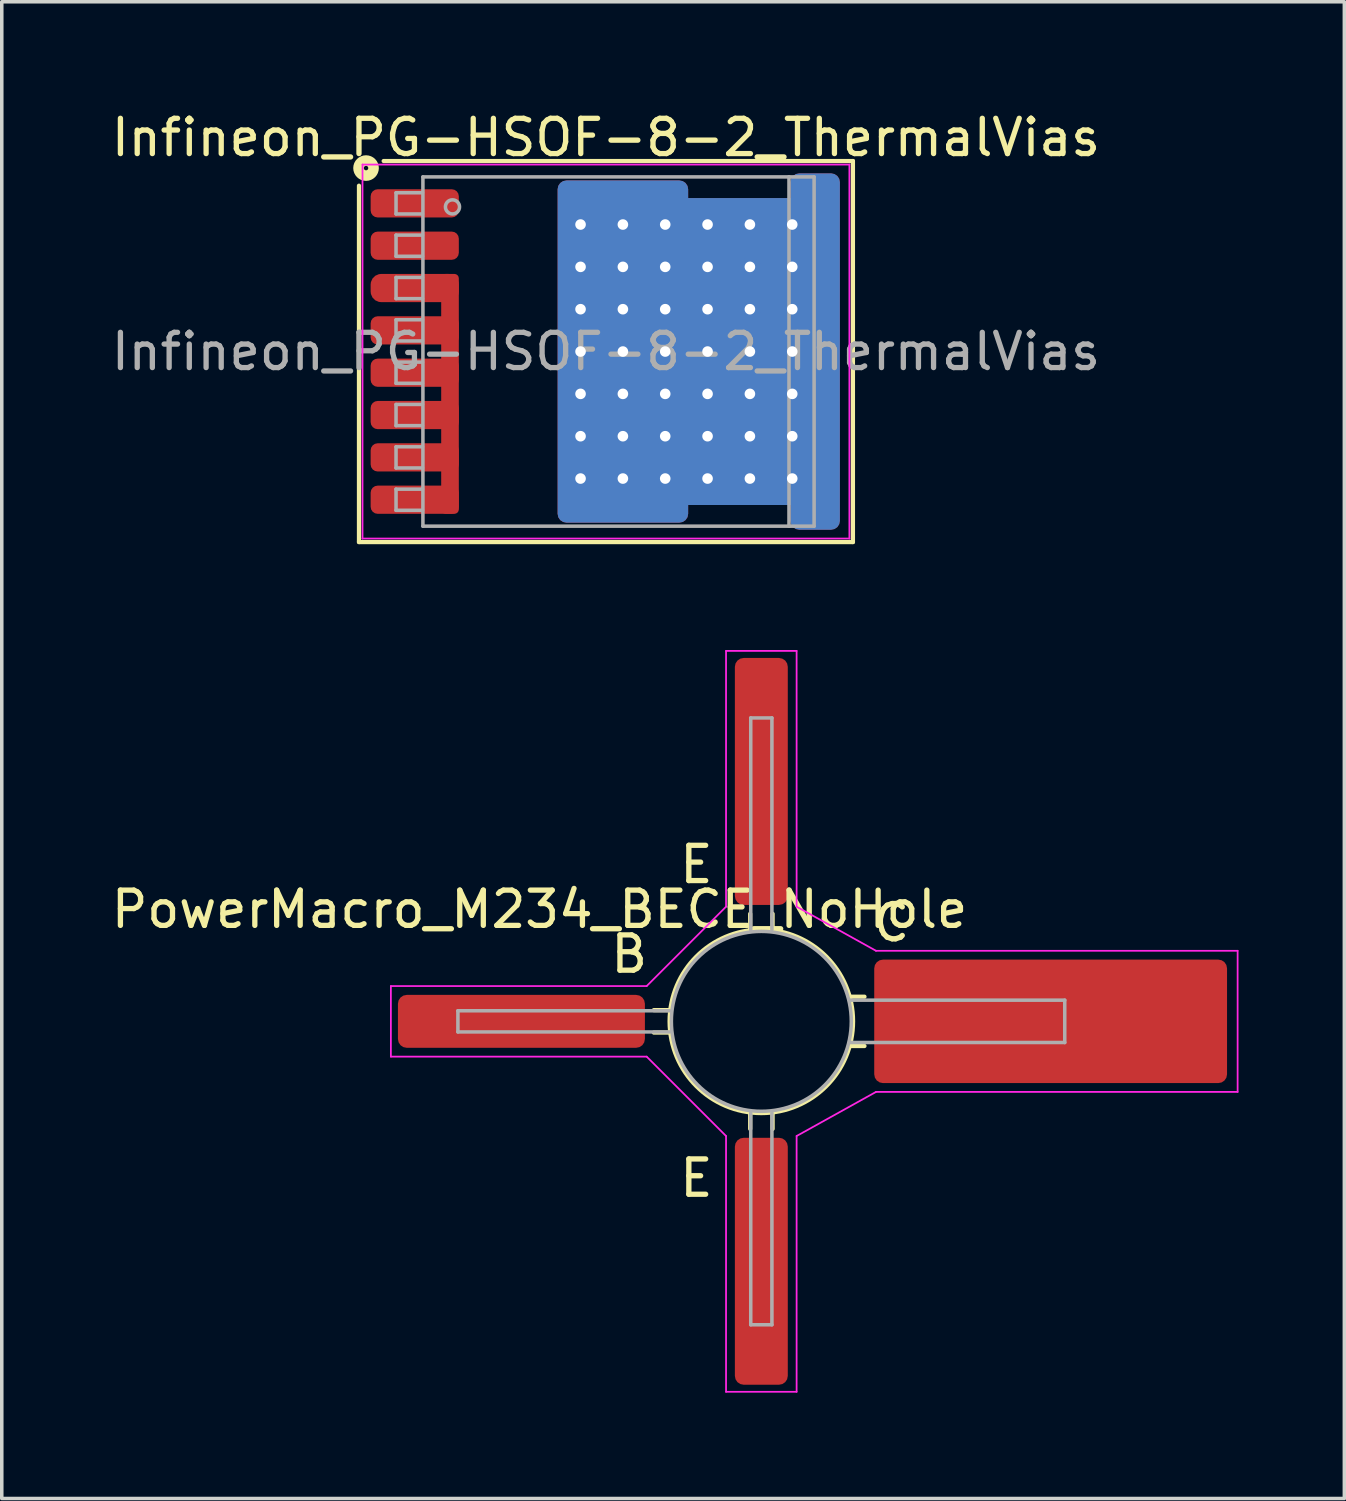
<source format=kicad_pcb>
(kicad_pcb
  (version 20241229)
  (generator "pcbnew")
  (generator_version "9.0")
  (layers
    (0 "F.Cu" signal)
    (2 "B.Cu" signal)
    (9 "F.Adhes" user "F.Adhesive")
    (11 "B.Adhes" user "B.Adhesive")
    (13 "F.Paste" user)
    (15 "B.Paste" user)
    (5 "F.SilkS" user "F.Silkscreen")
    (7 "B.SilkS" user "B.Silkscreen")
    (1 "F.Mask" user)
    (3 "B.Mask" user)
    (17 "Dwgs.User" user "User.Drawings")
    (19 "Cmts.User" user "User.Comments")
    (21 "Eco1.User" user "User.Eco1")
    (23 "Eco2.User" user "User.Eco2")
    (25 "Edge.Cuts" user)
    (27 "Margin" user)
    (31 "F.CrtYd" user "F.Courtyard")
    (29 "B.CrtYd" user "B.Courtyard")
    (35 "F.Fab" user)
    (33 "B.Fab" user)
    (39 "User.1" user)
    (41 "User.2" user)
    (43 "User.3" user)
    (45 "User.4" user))
  (footprint "Infineon_PG-HSOF-8-2_ThermalVias"
    (layer "F.Cu")
    (at 14.125 6.914)
    (property "Reference" "Infineon_PG-HSOF-8-2_ThermalVias" (at 0 -6.066 0) (layer "F.SilkS") (effects (font (size 1 1) (thickness 0.15))))
    (attr smd)
    (fp_line (start -7 -4.7) (end -7 5.4) (stroke (width 0.12) (type solid)) (layer "F.SilkS"))
    (fp_line (start -7 5.4) (end 7 5.4) (stroke (width 0.12) (type solid)) (layer "F.SilkS"))
    (fp_line (start 7 -5.4) (end -6.3 -5.4) (stroke (width 0.12) (type solid)) (layer "F.SilkS"))
    (fp_line (start 7 5.4) (end 7 -5.4) (stroke (width 0.12) (type solid)) (layer "F.SilkS"))
    (fp_circle (center -6.8 -5.2) (end -6.737 -5.2) (stroke (width 0.3) (type solid)) (fill no) (layer "F.SilkS"))
    (fp_line (start -6.9 5.3) (end -6.9 -5.3) (stroke (width 0.05) (type solid)) (layer "F.CrtYd"))
    (fp_line (start -6.9 5.3) (end 6.9 5.3) (stroke (width 0.05) (type solid)) (layer "F.CrtYd"))
    (fp_line (start 6.9 -5.3) (end -6.9 -5.3) (stroke (width 0.05) (type solid)) (layer "F.CrtYd"))
    (fp_line (start 6.9 -5.3) (end 6.9 5.3) (stroke (width 0.05) (type solid)) (layer "F.CrtYd"))
    (fp_line (start -5.95 -4.5) (end -5.95 -3.9) (stroke (width 0.1) (type solid)) (layer "F.Fab"))
    (fp_line (start -5.95 -4.5) (end -5.2 -4.5) (stroke (width 0.1) (type solid)) (layer "F.Fab"))
    (fp_line (start -5.95 -3.9) (end -5.2 -3.9) (stroke (width 0.1) (type solid)) (layer "F.Fab"))
    (fp_line (start -5.95 -3.3) (end -5.95 -2.7) (stroke (width 0.1) (type solid)) (layer "F.Fab"))
    (fp_line (start -5.95 -3.3) (end -5.2 -3.3) (stroke (width 0.1) (type solid)) (layer "F.Fab"))
    (fp_line (start -5.95 -2.7) (end -5.2 -2.7) (stroke (width 0.1) (type solid)) (layer "F.Fab"))
    (fp_line (start -5.95 -2.1) (end -5.95 -1.5) (stroke (width 0.1) (type solid)) (layer "F.Fab"))
    (fp_line (start -5.95 -2.1) (end -5.2 -2.1) (stroke (width 0.1) (type solid)) (layer "F.Fab"))
    (fp_line (start -5.95 -1.5) (end -5.2 -1.5) (stroke (width 0.1) (type solid)) (layer "F.Fab"))
    (fp_line (start -5.95 -0.9) (end -5.95 -0.3) (stroke (width 0.1) (type solid)) (layer "F.Fab"))
    (fp_line (start -5.95 -0.9) (end -5.2 -0.9) (stroke (width 0.1) (type solid)) (layer "F.Fab"))
    (fp_line (start -5.95 -0.3) (end -5.2 -0.3) (stroke (width 0.1) (type solid)) (layer "F.Fab"))
    (fp_line (start -5.95 0.3) (end -5.95 0.9) (stroke (width 0.1) (type solid)) (layer "F.Fab"))
    (fp_line (start -5.95 0.3) (end -5.2 0.3) (stroke (width 0.1) (type solid)) (layer "F.Fab"))
    (fp_line (start -5.95 0.9) (end -5.2 0.9) (stroke (width 0.1) (type solid)) (layer "F.Fab"))
    (fp_line (start -5.95 1.5) (end -5.95 2.1) (stroke (width 0.1) (type solid)) (layer "F.Fab"))
    (fp_line (start -5.95 1.5) (end -5.2 1.5) (stroke (width 0.1) (type solid)) (layer "F.Fab"))
    (fp_line (start -5.95 2.1) (end -5.2 2.1) (stroke (width 0.1) (type solid)) (layer "F.Fab"))
    (fp_line (start -5.95 2.7) (end -5.95 3.3) (stroke (width 0.1) (type solid)) (layer "F.Fab"))
    (fp_line (start -5.95 2.7) (end -5.2 2.7) (stroke (width 0.1) (type solid)) (layer "F.Fab"))
    (fp_line (start -5.95 3.3) (end -5.2 3.3) (stroke (width 0.1) (type solid)) (layer "F.Fab"))
    (fp_line (start -5.95 3.9) (end -5.95 4.5) (stroke (width 0.1) (type solid)) (layer "F.Fab"))
    (fp_line (start -5.95 3.9) (end -5.2 3.9) (stroke (width 0.1) (type solid)) (layer "F.Fab"))
    (fp_line (start -5.95 4.5) (end -5.2 4.5) (stroke (width 0.1) (type solid)) (layer "F.Fab"))
    (fp_line (start -5.188 -4.95) (end 5.188 -4.95) (stroke (width 0.1) (type solid)) (layer "F.Fab"))
    (fp_line (start -5.188 4.95) (end -5.188 -4.95) (stroke (width 0.1) (type solid)) (layer "F.Fab"))
    (fp_line (start 5.188 -4.95) (end 5.188 4.95) (stroke (width 0.1) (type solid)) (layer "F.Fab"))
    (fp_line (start 5.188 -4.95) (end 5.9 -4.95) (stroke (width 0.1) (type solid)) (layer "F.Fab"))
    (fp_line (start 5.188 4.95) (end -5.188 4.95) (stroke (width 0.1) (type solid)) (layer "F.Fab"))
    (fp_line (start 5.9 -4.95) (end 5.9 4.95) (stroke (width 0.1) (type solid)) (layer "F.Fab"))
    (fp_line (start 5.9 4.95) (end 5.188 4.95) (stroke (width 0.1) (type solid)) (layer "F.Fab"))
    (fp_circle (center -4.35 -4.1) (end -4.15 -4.1) (stroke (width 0.1) (type solid)) (fill no) (layer "F.Fab"))
    (fp_text user "${REFERENCE}" (at 0 0 0) (layer "F.Fab") (effects (font (size 1 1) (thickness 0.15))))
    (pad "" smd roundrect (at -0.42 -3.7 90) (size 1.7 1.5) (layers "F.Paste") (roundrect_rratio 0.25))
    (pad "" smd roundrect (at -0.42 -1.8 90) (size 1.5 1.5) (layers "F.Paste") (roundrect_rratio 0.25))
    (pad "" smd roundrect (at -0.42 0 90) (size 1.5 1.5) (layers "F.Paste") (roundrect_rratio 0.25))
    (pad "" smd roundrect (at -0.42 1.8 90) (size 1.5 1.5) (layers "F.Paste") (roundrect_rratio 0.25))
    (pad "" smd roundrect (at -0.42 3.7 90) (size 1.7 1.5) (layers "F.Paste") (roundrect_rratio 0.25))
    (pad "" smd circle (at 1.13 1.8) (size 1 1) (layers "F.Paste"))
    (pad "" smd roundrect (at 1.38 -3.7 90) (size 1.7 1.5) (layers "F.Paste") (roundrect_rratio 0.25))
    (pad "" smd roundrect (at 1.38 -1.8 90) (size 1.5 1.5) (layers "F.Paste") (roundrect_rratio 0.25))
    (pad "" smd roundrect (at 1.38 0 90) (size 1.5 1.5) (layers "F.Paste") (roundrect_rratio 0.25))
    (pad "" smd roundrect (at 1.38 1.8 90) (size 1.5 1.5) (layers "F.Paste") (roundrect_rratio 0.25))
    (pad "" smd roundrect (at 1.38 3.7 90) (size 1.7 1.5) (layers "F.Paste") (roundrect_rratio 0.25))
    (pad "" smd roundrect (at 3.18 -3.5 90) (size 1.3 1.5) (layers "F.Paste") (roundrect_rratio 0.25))
    (pad "" smd roundrect (at 3.18 -1.8 90) (size 1.5 1.5) (layers "F.Paste") (roundrect_rratio 0.25))
    (pad "" smd roundrect (at 3.18 0 90) (size 1.5 1.5) (layers "F.Paste") (roundrect_rratio 0.25))
    (pad "" smd roundrect (at 3.18 1.8 90) (size 1.5 1.5) (layers "F.Paste") (roundrect_rratio 0.25))
    (pad "" smd roundrect (at 3.18 3.5 90) (size 1.3 1.5) (layers "F.Paste") (roundrect_rratio 0.25))
    (pad "" smd roundrect (at 5.18 -3.5 90) (size 1.3 1.9) (layers "F.Paste") (roundrect_rratio 0.25))
    (pad "" smd roundrect (at 5.18 -1.8 90) (size 1.5 1.9) (layers "F.Paste") (roundrect_rratio 0.25))
    (pad "" smd roundrect (at 5.18 0 90) (size 1.5 1.9) (layers "F.Paste") (roundrect_rratio 0.25))
    (pad "" smd roundrect (at 5.18 1.8 90) (size 1.5 1.9) (layers "F.Paste") (roundrect_rratio 0.25))
    (pad "" smd roundrect (at 5.18 3.5 90) (size 1.3 1.9) (layers "F.Paste") (roundrect_rratio 0.25))
    (pad "" smd roundrect (at 5.78 -4.6 90) (size 0.5 0.8) (layers "F.Paste") (roundrect_rratio 0.25))
    (pad "" smd roundrect (at 5.78 4.6 90) (size 0.5 0.8) (layers "F.Paste") (roundrect_rratio 0.25))
    (pad "1" smd roundrect (at -5.42 -4.2) (size 2.5 0.8) (layers "F.Cu" "F.Mask" "F.Paste") (roundrect_rratio 0.25))
    (pad "2" smd roundrect (at -5.42 -3) (size 2.5 0.8) (layers "F.Cu" "F.Mask" "F.Paste") (roundrect_rratio 0.25))
    (pad "3" smd roundrect (at -5.42 -1.8) (size 2.5 0.8) (layers "F.Cu" "F.Mask" "F.Paste") (roundrect_rratio 0.375))
    (pad "3" smd roundrect (at -5.42 -0.6) (size 2.5 0.8) (layers "F.Cu" "F.Mask" "F.Paste") (roundrect_rratio 0.25))
    (pad "3" smd roundrect (at -5.42 0.6) (size 2.5 0.8) (layers "F.Cu" "F.Mask" "F.Paste") (roundrect_rratio 0.25))
    (pad "3" smd roundrect (at -5.42 1.8) (size 2.5 0.8) (layers "F.Cu" "F.Mask" "F.Paste") (roundrect_rratio 0.25))
    (pad "3" smd roundrect (at -5.42 3) (size 2.5 0.8) (layers "F.Cu" "F.Mask" "F.Paste") (roundrect_rratio 0.25))
    (pad "3" smd roundrect (at -5.42 4.2) (size 2.5 0.8) (layers "F.Cu" "F.Mask" "F.Paste") (roundrect_rratio 0.25))
    (pad "3" smd roundrect (at -4.42 1.2 90) (size 6.8 0.5) (layers "F.Cu" "F.Mask") (roundrect_rratio 0.25))
    (pad "4" thru_hole circle (at -0.72 -3.6) (size 0.6 0.6) (drill 0.3) (property pad_prop_heatsink) (layers "*.Cu"))
    (pad "4" thru_hole circle (at -0.72 -2.4) (size 0.6 0.6) (drill 0.3) (property pad_prop_heatsink) (layers "*.Cu"))
    (pad "4" thru_hole circle (at -0.72 -1.2) (size 0.6 0.6) (drill 0.3) (property pad_prop_heatsink) (layers "*.Cu"))
    (pad "4" thru_hole circle (at -0.72 0) (size 0.6 0.6) (drill 0.3) (property pad_prop_heatsink) (layers "*.Cu"))
    (pad "4" thru_hole circle (at -0.72 1.2) (size 0.6 0.6) (drill 0.3) (property pad_prop_heatsink) (layers "*.Cu"))
    (pad "4" thru_hole circle (at -0.72 2.4) (size 0.6 0.6) (drill 0.3) (property pad_prop_heatsink) (layers "*.Cu"))
    (pad "4" thru_hole circle (at -0.72 3.6) (size 0.6 0.6) (drill 0.3) (property pad_prop_heatsink) (layers "*.Cu"))
    (pad "4" thru_hole circle (at 0.48 -3.6) (size 0.6 0.6) (drill 0.3) (property pad_prop_heatsink) (layers "*.Cu"))
    (pad "4" thru_hole circle (at 0.48 -2.4) (size 0.6 0.6) (drill 0.3) (property pad_prop_heatsink) (layers "*.Cu"))
    (pad "4" thru_hole circle (at 0.48 -1.2) (size 0.6 0.6) (drill 0.3) (property pad_prop_heatsink) (layers "*.Cu"))
    (pad "4" thru_hole circle (at 0.48 0) (size 0.6 0.6) (drill 0.3) (property pad_prop_heatsink) (layers "*.Cu"))
    (pad "4" smd roundrect (at 0.48 0 90) (size 9.7 3.7) (layers "F.Cu" "F.Mask") (roundrect_rratio 0.068))
    (pad "4" smd roundrect (at 0.48 0 270) (size 9.7 3.7) (layers "B.Cu" "B.Mask") (roundrect_rratio 0.068))
    (pad "4" thru_hole circle (at 0.48 1.2) (size 0.6 0.6) (drill 0.3) (property pad_prop_heatsink) (layers "*.Cu"))
    (pad "4" thru_hole circle (at 0.48 2.4) (size 0.6 0.6) (drill 0.3) (property pad_prop_heatsink) (layers "*.Cu"))
    (pad "4" thru_hole circle (at 0.48 3.6) (size 0.6 0.6) (drill 0.3) (property pad_prop_heatsink) (layers "*.Cu"))
    (pad "4" thru_hole circle (at 1.68 -3.6) (size 0.6 0.6) (drill 0.3) (property pad_prop_heatsink) (layers "*.Cu"))
    (pad "4" thru_hole circle (at 1.68 -2.4) (size 0.6 0.6) (drill 0.3) (property pad_prop_heatsink) (layers "*.Cu"))
    (pad "4" thru_hole circle (at 1.68 -1.2) (size 0.6 0.6) (drill 0.3) (property pad_prop_heatsink) (layers "*.Cu"))
    (pad "4" thru_hole circle (at 1.68 0) (size 0.6 0.6) (drill 0.3) (property pad_prop_heatsink) (layers "*.Cu"))
    (pad "4" thru_hole circle (at 1.68 1.2) (size 0.6 0.6) (drill 0.3) (property pad_prop_heatsink) (layers "*.Cu"))
    (pad "4" thru_hole circle (at 1.68 2.4) (size 0.6 0.6) (drill 0.3) (property pad_prop_heatsink) (layers "*.Cu"))
    (pad "4" thru_hole circle (at 1.68 3.6) (size 0.6 0.6) (drill 0.3) (property pad_prop_heatsink) (layers "*.Cu"))
    (pad "4" thru_hole circle (at 2.88 -3.6) (size 0.6 0.6) (drill 0.3) (property pad_prop_heatsink) (layers "*.Cu"))
    (pad "4" thru_hole circle (at 2.88 -2.4) (size 0.6 0.6) (drill 0.3) (property pad_prop_heatsink) (layers "*.Cu"))
    (pad "4" thru_hole circle (at 2.88 -1.2) (size 0.6 0.6) (drill 0.3) (property pad_prop_heatsink) (layers "*.Cu"))
    (pad "4" thru_hole circle (at 2.88 0) (size 0.6 0.6) (drill 0.3) (property pad_prop_heatsink) (layers "*.Cu"))
    (pad "4" thru_hole circle (at 2.88 1.2) (size 0.6 0.6) (drill 0.3) (property pad_prop_heatsink) (layers "*.Cu"))
    (pad "4" thru_hole circle (at 2.88 2.4) (size 0.6 0.6) (drill 0.3) (property pad_prop_heatsink) (layers "*.Cu"))
    (pad "4" thru_hole circle (at 2.88 3.6) (size 0.6 0.6) (drill 0.3) (property pad_prop_heatsink) (layers "*.Cu"))
    (pad "4" smd roundrect (at 3.78 0 90) (size 8.7 4) (layers "F.Cu" "F.Mask") (roundrect_rratio 0.05))
    (pad "4" smd roundrect (at 3.78 0 270) (size 8.7 4) (layers "B.Cu" "B.Mask") (roundrect_rratio 0.05))
    (pad "4" thru_hole circle (at 4.08 -3.6) (size 0.6 0.6) (drill 0.3) (property pad_prop_heatsink) (layers "*.Cu"))
    (pad "4" thru_hole circle (at 4.08 -2.4) (size 0.6 0.6) (drill 0.3) (property pad_prop_heatsink) (layers "*.Cu"))
    (pad "4" thru_hole circle (at 4.08 -1.2) (size 0.6 0.6) (drill 0.3) (property pad_prop_heatsink) (layers "*.Cu"))
    (pad "4" thru_hole circle (at 4.08 0) (size 0.6 0.6) (drill 0.3) (property pad_prop_heatsink) (layers "*.Cu"))
    (pad "4" thru_hole circle (at 4.08 1.2) (size 0.6 0.6) (drill 0.3) (property pad_prop_heatsink) (layers "*.Cu"))
    (pad "4" thru_hole circle (at 4.08 2.4) (size 0.6 0.6) (drill 0.3) (property pad_prop_heatsink) (layers "*.Cu"))
    (pad "4" thru_hole circle (at 4.08 3.6) (size 0.6 0.6) (drill 0.3) (property pad_prop_heatsink) (layers "*.Cu"))
    (pad "4" thru_hole circle (at 5.28 -3.6) (size 0.6 0.6) (drill 0.3) (property pad_prop_heatsink) (layers "*.Cu"))
    (pad "4" thru_hole circle (at 5.28 -2.4) (size 0.6 0.6) (drill 0.3) (property pad_prop_heatsink) (layers "*.Cu"))
    (pad "4" thru_hole circle (at 5.28 -1.2) (size 0.6 0.6) (drill 0.3) (property pad_prop_heatsink) (layers "*.Cu"))
    (pad "4" thru_hole circle (at 5.28 0) (size 0.6 0.6) (drill 0.3) (property pad_prop_heatsink) (layers "*.Cu"))
    (pad "4" thru_hole circle (at 5.28 1.2) (size 0.6 0.6) (drill 0.3) (property pad_prop_heatsink) (layers "*.Cu"))
    (pad "4" thru_hole circle (at 5.28 2.4) (size 0.6 0.6) (drill 0.3) (property pad_prop_heatsink) (layers "*.Cu"))
    (pad "4" thru_hole circle (at 5.28 3.6) (size 0.6 0.6) (drill 0.3) (property pad_prop_heatsink) (layers "*.Cu"))
    (pad "4" smd roundrect (at 5.93 0 90) (size 10.1 1.4) (layers "F.Cu" "F.Mask") (roundrect_rratio 0.179))
    (pad "4" smd roundrect (at 5.93 0 270) (size 10.1 1.4) (layers "B.Cu" "B.Mask") (roundrect_rratio 0.179)))
  (footprint "PowerMacro_M234_BECE_NoHole"
    (layer "F.Cu")
    (at 19.229 25.899)
    (property "Reference" "PowerMacro_M234_BECE_NoHole" (at -6.985 -3.175 180) (layer "F.SilkS") (effects (font (size 1 1) (thickness 0.15))))
    (attr smd)
    (fp_line (start -3.302 -0.318) (end -3.747 -0.318) (stroke (width 0.12) (type solid)) (layer "F.SilkS"))
    (fp_line (start -3.302 0.318) (end -3.747 0.318) (stroke (width 0.12) (type solid)) (layer "F.SilkS"))
    (fp_line (start -1.016 -2.603) (end -1.016 -3.048) (stroke (width 0.12) (type solid)) (layer "F.SilkS"))
    (fp_line (start -1.016 2.603) (end -1.016 3.048) (stroke (width 0.12) (type solid)) (layer "F.SilkS"))
    (fp_line (start -0.381 -2.603) (end -0.381 -3.048) (stroke (width 0.12) (type solid)) (layer "F.SilkS"))
    (fp_line (start -0.381 2.603) (end -0.381 3.048) (stroke (width 0.12) (type solid)) (layer "F.SilkS"))
    (fp_line (start 1.841 -0.699) (end 2.223 -0.699) (stroke (width 0.12) (type solid)) (layer "F.SilkS"))
    (fp_line (start 1.841 0.699) (end 2.223 0.699) (stroke (width 0.12) (type solid)) (layer "F.SilkS"))
    (fp_circle (center -0.7 0) (end -0.7 -2.6) (stroke (width 0.12) (type solid)) (fill no) (layer "F.SilkS"))
    (fp_line (start -11.2 -1) (end -11.2 1) (stroke (width 0.05) (type solid)) (layer "F.CrtYd"))
    (fp_line (start -11.2 1) (end -3.95 1) (stroke (width 0.05) (type solid)) (layer "F.CrtYd"))
    (fp_line (start -3.95 -1) (end -11.2 -1) (stroke (width 0.05) (type solid)) (layer "F.CrtYd"))
    (fp_line (start -3.95 1) (end -1.7 3.25) (stroke (width 0.05) (type solid)) (layer "F.CrtYd"))
    (fp_line (start -1.7 -10.5) (end -1.7 -3.25) (stroke (width 0.05) (type solid)) (layer "F.CrtYd"))
    (fp_line (start -1.7 -3.25) (end -3.95 -1) (stroke (width 0.05) (type solid)) (layer "F.CrtYd"))
    (fp_line (start -1.7 3.25) (end -1.7 10.5) (stroke (width 0.05) (type solid)) (layer "F.CrtYd"))
    (fp_line (start -1.7 10.5) (end 0.3 10.5) (stroke (width 0.05) (type solid)) (layer "F.CrtYd"))
    (fp_line (start 0.3 -10.5) (end -1.7 -10.5) (stroke (width 0.05) (type solid)) (layer "F.CrtYd"))
    (fp_line (start 0.3 -3.25) (end 0.3 -10.5) (stroke (width 0.05) (type solid)) (layer "F.CrtYd"))
    (fp_line (start 0.3 3.25) (end 2.55 2) (stroke (width 0.05) (type solid)) (layer "F.CrtYd"))
    (fp_line (start 0.3 10.5) (end 0.3 3.25) (stroke (width 0.05) (type solid)) (layer "F.CrtYd"))
    (fp_line (start 2.55 -2) (end 0.3 -3.25) (stroke (width 0.05) (type solid)) (layer "F.CrtYd"))
    (fp_line (start 2.55 2) (end 12.8 2) (stroke (width 0.05) (type solid)) (layer "F.CrtYd"))
    (fp_line (start 12.8 -2) (end 2.55 -2) (stroke (width 0.05) (type solid)) (layer "F.CrtYd"))
    (fp_line (start 12.8 2) (end 12.8 -2) (stroke (width 0.05) (type solid)) (layer "F.CrtYd"))
    (fp_line (start -9.3 -0.3) (end -9.3 0.3) (stroke (width 0.1) (type solid)) (layer "F.Fab"))
    (fp_line (start -9.3 0.3) (end -3.3 0.3) (stroke (width 0.1) (type solid)) (layer "F.Fab"))
    (fp_line (start -3.3 -0.3) (end -9.3 -0.3) (stroke (width 0.1) (type solid)) (layer "F.Fab"))
    (fp_line (start -1 -8.6) (end -1 -2.6) (stroke (width 0.1) (type solid)) (layer "F.Fab"))
    (fp_line (start -1 2.6) (end -1 8.6) (stroke (width 0.1) (type solid)) (layer "F.Fab"))
    (fp_line (start -1 8.6) (end -0.4 8.6) (stroke (width 0.1) (type solid)) (layer "F.Fab"))
    (fp_line (start -0.4 -8.6) (end -1 -8.6) (stroke (width 0.1) (type solid)) (layer "F.Fab"))
    (fp_line (start -0.4 -2.6) (end -0.4 -8.6) (stroke (width 0.1) (type solid)) (layer "F.Fab"))
    (fp_line (start -0.4 8.6) (end -0.4 2.6) (stroke (width 0.1) (type solid)) (layer "F.Fab"))
    (fp_line (start 1.8 0.6) (end 7.9 0.6) (stroke (width 0.1) (type solid)) (layer "F.Fab"))
    (fp_line (start 7.9 -0.6) (end 1.8 -0.6) (stroke (width 0.1) (type solid)) (layer "F.Fab"))
    (fp_line (start 7.9 0.6) (end 7.9 -0.6) (stroke (width 0.1) (type solid)) (layer "F.Fab"))
    (fp_circle (center -0.7 0) (end -0.7 -2.55) (stroke (width 0.1) (type solid)) (fill no) (layer "F.Fab"))
    (fp_text user "C" (at 2.985 -2.794 0) (layer "F.SilkS") (effects (font (size 1 1) (thickness 0.15))))
    (fp_text user "B" (at -4.445 -1.905 0) (layer "F.SilkS") (effects (font (size 1 1) (thickness 0.15))))
    (fp_text user "E" (at -2.54 4.445 0) (layer "F.SilkS") (effects (font (size 1 1) (thickness 0.15))))
    (fp_text user "E" (at -2.54 -4.445 0) (layer "F.SilkS") (effects (font (size 1 1) (thickness 0.15))))
    (pad "1" smd roundrect (at -7.5 0 90) (size 1.5 7) (layers "F.Cu" "F.Mask" "F.Paste") (roundrect_rratio 0.167))
    (pad "2" smd roundrect (at -0.7 6.8 90) (size 7 1.5) (layers "F.Cu" "F.Mask" "F.Paste") (roundrect_rratio 0.167))
    (pad "3" smd roundrect (at 7.5 0 90) (size 3.5 10) (layers "F.Cu" "F.Mask" "F.Paste") (roundrect_rratio 0.071))
    (pad "4" smd roundrect (at -0.7 -6.8 90) (size 7 1.5) (layers "F.Cu" "F.Mask" "F.Paste") (roundrect_rratio 0.167)))
  (gr_rect
    (start -3 -3)
    (end 35.054 39.424)
    (stroke (width 0.1) (type default))
    (fill no)
    (layer "Edge.Cuts")))
</source>
